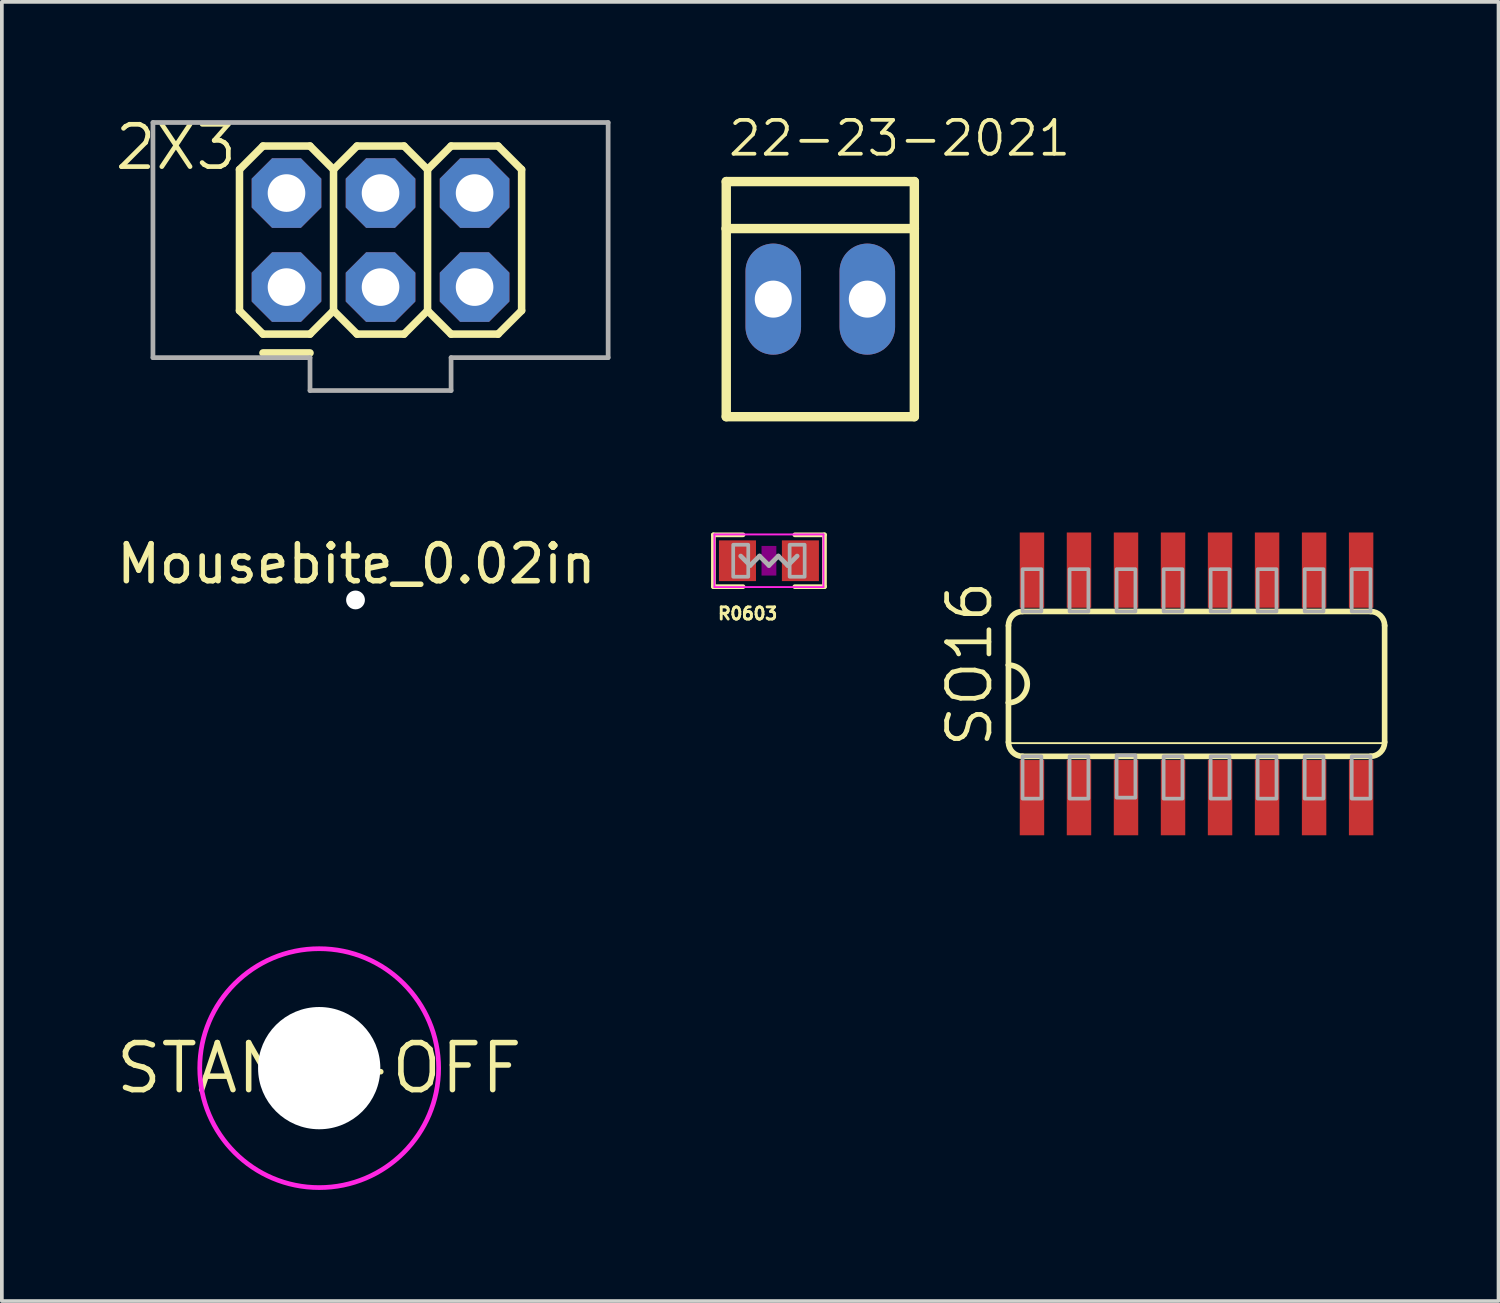
<source format=kicad_pcb>
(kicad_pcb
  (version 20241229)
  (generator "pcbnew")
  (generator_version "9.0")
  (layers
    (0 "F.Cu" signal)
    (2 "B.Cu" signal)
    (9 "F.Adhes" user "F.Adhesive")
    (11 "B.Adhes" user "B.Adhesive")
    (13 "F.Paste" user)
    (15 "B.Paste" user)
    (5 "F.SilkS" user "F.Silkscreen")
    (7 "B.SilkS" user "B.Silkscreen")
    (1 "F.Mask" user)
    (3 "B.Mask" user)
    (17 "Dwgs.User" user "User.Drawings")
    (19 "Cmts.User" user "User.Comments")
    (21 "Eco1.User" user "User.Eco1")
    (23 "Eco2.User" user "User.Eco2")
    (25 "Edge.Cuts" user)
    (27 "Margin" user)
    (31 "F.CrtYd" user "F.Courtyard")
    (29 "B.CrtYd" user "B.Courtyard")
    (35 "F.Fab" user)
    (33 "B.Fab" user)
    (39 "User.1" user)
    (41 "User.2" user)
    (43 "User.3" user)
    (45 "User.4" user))
  (footprint "STAND-OFF"
    (layer "F.Cu")
    (at 5.571 25.799)
    (property "Reference" "STAND-OFF" (at 0 0 0) (layer "F.SilkS") (effects (font (size 1.27 1.27) (thickness 0.15))))
    (fp_circle (center 0 0) (end 3.226 0) (stroke (width 0.127) (type solid)) (fill no) (layer "F.CrtYd"))
    (pad "" np_thru_hole circle (at 0 0) (size 3.302 3.302) (drill 3.302) (layers "*.Cu" "*.Mask")))
  (footprint "R0603"
    (layer "F.Cu")
    (at 17.718 12.095)
    (property "Reference" "R0603" (at -1.418 1.427 0) (layer "F.SilkS") (effects (font (size 0.329 0.329) (thickness 0.078)) (justify left)))
    (fp_line (start -1.5 -0.7) (end -1.5 0.7) (stroke (width 0.127) (type solid)) (layer "F.SilkS"))
    (fp_line (start -1.5 0.7) (end -0.7 0.7) (stroke (width 0.127) (type solid)) (layer "F.SilkS"))
    (fp_line (start -0.7 -0.7) (end -1.5 -0.7) (stroke (width 0.127) (type solid)) (layer "F.SilkS"))
    (fp_line (start 0.7 -0.7) (end 1.5 -0.7) (stroke (width 0.127) (type solid)) (layer "F.SilkS"))
    (fp_line (start 1.5 -0.7) (end 1.5 0.7) (stroke (width 0.127) (type solid)) (layer "F.SilkS"))
    (fp_line (start 1.5 0.7) (end 0.7 0.7) (stroke (width 0.127) (type solid)) (layer "F.SilkS"))
    (fp_poly (pts (xy -0.2 0.4) (xy 0.2 0.4) (xy 0.2 -0.4) (xy -0.2 -0.4)) (stroke (width 0) (type solid)) (fill yes) (layer "F.Adhes"))
    (fp_line (start -1.473 -0.711) (end 1.473 -0.711) (stroke (width 0.051) (type solid)) (layer "F.CrtYd"))
    (fp_line (start -1.473 0.711) (end -1.473 -0.711) (stroke (width 0.051) (type solid)) (layer "F.CrtYd"))
    (fp_line (start 1.473 -0.711) (end 1.473 0.711) (stroke (width 0.051) (type solid)) (layer "F.CrtYd"))
    (fp_line (start 1.473 0.711) (end -1.473 0.711) (stroke (width 0.051) (type solid)) (layer "F.CrtYd"))
    (fp_line (start -0.508 0.127) (end -0.762 -0.127) (stroke (width 0.127) (type solid)) (layer "F.Fab"))
    (fp_line (start -0.508 0.127) (end -0.254 -0.127) (stroke (width 0.127) (type solid)) (layer "F.Fab"))
    (fp_line (start -0.254 -0.127) (end 0 0.127) (stroke (width 0.127) (type solid)) (layer "F.Fab"))
    (fp_line (start 0 0.127) (end 0.254 -0.127) (stroke (width 0.127) (type solid)) (layer "F.Fab"))
    (fp_line (start 0.254 -0.127) (end 0.508 0.127) (stroke (width 0.127) (type solid)) (layer "F.Fab"))
    (fp_line (start 0.508 0.127) (end 0.762 -0.127) (stroke (width 0.127) (type solid)) (layer "F.Fab"))
    (fp_poly (pts (xy -0.965 0.432) (xy -0.559 0.432) (xy -0.559 -0.432) (xy -0.965 -0.432)) (stroke (width 0.1) (type solid)) (fill no) (layer "F.Fab"))
    (fp_poly (pts (xy 0.559 0.432) (xy 0.965 0.432) (xy 0.965 -0.432) (xy 0.559 -0.432)) (stroke (width 0.1) (type solid)) (fill no) (layer "F.Fab"))
    (pad "1" smd rect (at -0.85 0) (size 1 1.1) (layers "F.Cu" "F.Mask" "F.Paste"))
    (pad "2" smd rect (at 0.85 0) (size 1 1.1) (layers "F.Cu" "F.Mask" "F.Paste")))
  (footprint "2X3"
    (layer "F.Cu")
    (at 7.228 4.704)
    (property "Reference" "2X3" (at -3.81 -4.445 0) (layer "F.SilkS") (effects (font (size 1.143 1.143) (thickness 0.127)) (justify right top)))
    (fp_line (start -3.81 -3.175) (end -3.175 -3.81) (stroke (width 0.203) (type solid)) (layer "F.SilkS"))
    (fp_line (start -3.81 0.635) (end -3.81 -3.175) (stroke (width 0.203) (type solid)) (layer "F.SilkS"))
    (fp_line (start -3.81 0.635) (end -3.175 1.27) (stroke (width 0.203) (type solid)) (layer "F.SilkS"))
    (fp_line (start -3.175 -3.81) (end -1.905 -3.81) (stroke (width 0.203) (type solid)) (layer "F.SilkS"))
    (fp_line (start -3.175 1.27) (end -1.905 1.27) (stroke (width 0.203) (type solid)) (layer "F.SilkS"))
    (fp_line (start -1.905 -3.81) (end -1.27 -3.175) (stroke (width 0.203) (type solid)) (layer "F.SilkS"))
    (fp_line (start -1.905 1.27) (end -1.27 0.635) (stroke (width 0.203) (type solid)) (layer "F.SilkS"))
    (fp_line (start -1.905 1.778) (end -3.175 1.778) (stroke (width 0.203) (type solid)) (layer "F.SilkS"))
    (fp_line (start -1.27 -3.175) (end -1.27 0.635) (stroke (width 0.203) (type solid)) (layer "F.SilkS"))
    (fp_line (start -1.27 -3.175) (end -0.635 -3.81) (stroke (width 0.203) (type solid)) (layer "F.SilkS"))
    (fp_line (start -1.27 0.635) (end -0.635 1.27) (stroke (width 0.203) (type solid)) (layer "F.SilkS"))
    (fp_line (start -0.635 -3.81) (end 0.635 -3.81) (stroke (width 0.203) (type solid)) (layer "F.SilkS"))
    (fp_line (start -0.635 1.27) (end 0.635 1.27) (stroke (width 0.203) (type solid)) (layer "F.SilkS"))
    (fp_line (start 0.635 -3.81) (end 1.27 -3.175) (stroke (width 0.203) (type solid)) (layer "F.SilkS"))
    (fp_line (start 0.635 1.27) (end 1.27 0.635) (stroke (width 0.203) (type solid)) (layer "F.SilkS"))
    (fp_line (start 1.27 -3.175) (end 1.27 0.635) (stroke (width 0.203) (type solid)) (layer "F.SilkS"))
    (fp_line (start 1.27 -3.175) (end 1.905 -3.81) (stroke (width 0.203) (type solid)) (layer "F.SilkS"))
    (fp_line (start 1.27 0.635) (end 1.905 1.27) (stroke (width 0.203) (type solid)) (layer "F.SilkS"))
    (fp_line (start 1.905 -3.81) (end 3.175 -3.81) (stroke (width 0.203) (type solid)) (layer "F.SilkS"))
    (fp_line (start 1.905 1.27) (end 3.175 1.27) (stroke (width 0.203) (type solid)) (layer "F.SilkS"))
    (fp_line (start 3.175 -3.81) (end 3.81 -3.175) (stroke (width 0.203) (type solid)) (layer "F.SilkS"))
    (fp_line (start 3.175 1.27) (end 3.81 0.635) (stroke (width 0.203) (type solid)) (layer "F.SilkS"))
    (fp_line (start 3.81 -3.175) (end 3.81 0.635) (stroke (width 0.203) (type solid)) (layer "F.SilkS"))
    (fp_line (start -6.147 -4.445) (end 6.147 -4.445) (stroke (width 0.127) (type solid)) (layer "F.Fab"))
    (fp_line (start -6.147 1.905) (end -6.147 -4.445) (stroke (width 0.127) (type solid)) (layer "F.Fab"))
    (fp_line (start -1.905 1.905) (end -6.147 1.905) (stroke (width 0.127) (type solid)) (layer "F.Fab"))
    (fp_line (start -1.905 1.905) (end -1.905 2.794) (stroke (width 0.127) (type solid)) (layer "F.Fab"))
    (fp_line (start -1.905 2.794) (end 1.905 2.794) (stroke (width 0.127) (type solid)) (layer "F.Fab"))
    (fp_line (start 1.905 2.794) (end 1.905 1.905) (stroke (width 0.127) (type solid)) (layer "F.Fab"))
    (fp_line (start 6.147 -4.445) (end 6.147 1.905) (stroke (width 0.127) (type solid)) (layer "F.Fab"))
    (fp_line (start 6.147 1.905) (end 1.905 1.905) (stroke (width 0.127) (type solid)) (layer "F.Fab"))
    (fp_poly (pts (xy -2.794 -2.286) (xy -2.286 -2.286) (xy -2.286 -2.794) (xy -2.794 -2.794)) (stroke (width 0.1) (type solid)) (fill no) (layer "F.Fab"))
    (fp_poly (pts (xy -2.794 0.254) (xy -2.286 0.254) (xy -2.286 -0.254) (xy -2.794 -0.254)) (stroke (width 0.1) (type solid)) (fill no) (layer "F.Fab"))
    (fp_poly (pts (xy -0.254 -2.286) (xy 0.254 -2.286) (xy 0.254 -2.794) (xy -0.254 -2.794)) (stroke (width 0.1) (type solid)) (fill no) (layer "F.Fab"))
    (fp_poly (pts (xy -0.254 0.254) (xy 0.254 0.254) (xy 0.254 -0.254) (xy -0.254 -0.254)) (stroke (width 0.1) (type solid)) (fill no) (layer "F.Fab"))
    (fp_poly (pts (xy 2.286 -2.286) (xy 2.794 -2.286) (xy 2.794 -2.794) (xy 2.286 -2.794)) (stroke (width 0.1) (type solid)) (fill no) (layer "F.Fab"))
    (fp_poly (pts (xy 2.286 0.254) (xy 2.794 0.254) (xy 2.794 -0.254) (xy 2.286 -0.254)) (stroke (width 0.1) (type solid)) (fill no) (layer "F.Fab"))
    (pad "1" thru_hole roundrect (at -2.54 0) (size 1.88 1.88) (drill 1.016) (layers "*.Cu" "*.Mask") (roundrect_rratio 0.25) (chamfer_ratio 0.293) (chamfer top_left top_right bottom_left bottom_right))
    (pad "2" thru_hole roundrect (at -2.54 -2.54) (size 1.88 1.88) (drill 1.016) (layers "*.Cu" "*.Mask") (roundrect_rratio 0.25) (chamfer_ratio 0.293) (chamfer top_left top_right bottom_left bottom_right))
    (pad "3" thru_hole roundrect (at 0 0) (size 1.88 1.88) (drill 1.016) (layers "*.Cu" "*.Mask") (roundrect_rratio 0.25) (chamfer_ratio 0.293) (chamfer top_left top_right bottom_left bottom_right))
    (pad "4" thru_hole roundrect (at 0 -2.54) (size 1.88 1.88) (drill 1.016) (layers "*.Cu" "*.Mask") (roundrect_rratio 0.25) (chamfer_ratio 0.293) (chamfer top_left top_right bottom_left bottom_right))
    (pad "5" thru_hole roundrect (at 2.54 0) (size 1.88 1.88) (drill 1.016) (layers "*.Cu" "*.Mask") (roundrect_rratio 0.25) (chamfer_ratio 0.293) (chamfer top_left top_right bottom_left bottom_right))
    (pad "6" thru_hole roundrect (at 2.54 -2.54) (size 1.88 1.88) (drill 1.016) (layers "*.Cu" "*.Mask") (roundrect_rratio 0.25) (chamfer_ratio 0.293) (chamfer top_left top_right bottom_left bottom_right)))
  (footprint "22-23-2021"
    (layer "F.Cu")
    (at 19.105 5.029)
    (property "Reference" "22-23-2021" (at -2.54 -3.81 0) (layer "F.SilkS") (effects (font (size 0.914 0.914) (thickness 0.102)) (justify left bottom)))
    (fp_line (start -2.54 -3.175) (end 2.54 -3.175) (stroke (width 0.254) (type solid)) (layer "F.SilkS"))
    (fp_line (start -2.54 -1.905) (end -2.54 -3.175) (stroke (width 0.254) (type solid)) (layer "F.SilkS"))
    (fp_line (start -2.54 -1.905) (end 2.54 -1.905) (stroke (width 0.254) (type solid)) (layer "F.SilkS"))
    (fp_line (start -2.54 3.175) (end -2.54 -1.905) (stroke (width 0.254) (type solid)) (layer "F.SilkS"))
    (fp_line (start 2.54 -3.175) (end 2.54 -1.905) (stroke (width 0.254) (type solid)) (layer "F.SilkS"))
    (fp_line (start 2.54 -1.905) (end 2.54 3.175) (stroke (width 0.254) (type solid)) (layer "F.SilkS"))
    (fp_line (start 2.54 3.175) (end -2.54 3.175) (stroke (width 0.254) (type solid)) (layer "F.SilkS"))
    (pad "1" thru_hole oval (at -1.27 0 90) (size 3 1.5) (drill 1) (layers "*.Cu" "*.Mask"))
    (pad "2" thru_hole oval (at 1.27 0 90) (size 3 1.5) (drill 1) (layers "*.Cu" "*.Mask")))
  (footprint "SO16"
    (layer "F.Cu")
    (at 29.267 15.421)
    (property "Reference" "SO16" (at -5.461 1.778 90) (layer "F.SilkS") (effects (font (size 1.143 1.143) (thickness 0.127)) (justify left bottom)))
    (fp_line (start -5.08 -1.575) (end -5.08 -0.508) (stroke (width 0.152) (type solid)) (layer "F.SilkS"))
    (fp_line (start -5.08 -0.508) (end -5.08 0.508) (stroke (width 0.152) (type solid)) (layer "F.SilkS"))
    (fp_line (start -5.08 0.508) (end -5.08 1.575) (stroke (width 0.152) (type solid)) (layer "F.SilkS"))
    (fp_line (start -5.08 1.6) (end 5.08 1.6) (stroke (width 0.051) (type solid)) (layer "F.SilkS"))
    (fp_line (start -4.699 1.956) (end 4.699 1.956) (stroke (width 0.152) (type solid)) (layer "F.SilkS"))
    (fp_line (start 4.699 -1.956) (end -4.699 -1.956) (stroke (width 0.152) (type solid)) (layer "F.SilkS"))
    (fp_line (start 5.08 1.575) (end 5.08 -1.575) (stroke (width 0.152) (type solid)) (layer "F.SilkS"))
    (fp_arc (start -5.08 -1.5748) (mid -4.968408 -1.844208) (end -4.699 -1.9558) (stroke (width 0.1524) (type solid)) (layer "F.SilkS"))
    (fp_arc (start -5.08 -0.508) (mid -4.572 0) (end -5.08 0.508) (stroke (width 0.1524) (type solid)) (layer "F.SilkS"))
    (fp_arc (start -4.699 1.9558) (mid -4.968408 1.844208) (end -5.08 1.5748) (stroke (width 0.1524) (type solid)) (layer "F.SilkS"))
    (fp_arc (start 4.699 -1.9558) (mid 4.968408 -1.844208) (end 5.08 -1.5748) (stroke (width 0.1524) (type solid)) (layer "F.SilkS"))
    (fp_arc (start 5.08 1.5748) (mid 4.968408 1.844208) (end 4.699 1.9558) (stroke (width 0.1524) (type solid)) (layer "F.SilkS"))
    (fp_poly (pts (xy -4.699 -1.956) (xy -4.191 -1.956) (xy -4.191 -3.099) (xy -4.699 -3.099)) (stroke (width 0.1) (type solid)) (fill no) (layer "F.Fab"))
    (fp_poly (pts (xy -4.699 3.099) (xy -4.191 3.099) (xy -4.191 1.956) (xy -4.699 1.956)) (stroke (width 0.1) (type solid)) (fill no) (layer "F.Fab"))
    (fp_poly (pts (xy -3.429 -1.956) (xy -2.921 -1.956) (xy -2.921 -3.099) (xy -3.429 -3.099)) (stroke (width 0.1) (type solid)) (fill no) (layer "F.Fab"))
    (fp_poly (pts (xy -3.429 3.099) (xy -2.921 3.099) (xy -2.921 1.956) (xy -3.429 1.956)) (stroke (width 0.1) (type solid)) (fill no) (layer "F.Fab"))
    (fp_poly (pts (xy -2.159 -1.956) (xy -1.651 -1.956) (xy -1.651 -3.099) (xy -2.159 -3.099)) (stroke (width 0.1) (type solid)) (fill no) (layer "F.Fab"))
    (fp_poly (pts (xy -2.159 3.073) (xy -1.651 3.073) (xy -1.651 1.93) (xy -2.159 1.93)) (stroke (width 0.1) (type solid)) (fill no) (layer "F.Fab"))
    (fp_poly (pts (xy -0.889 -1.956) (xy -0.381 -1.956) (xy -0.381 -3.099) (xy -0.889 -3.099)) (stroke (width 0.1) (type solid)) (fill no) (layer "F.Fab"))
    (fp_poly (pts (xy -0.889 3.099) (xy -0.381 3.099) (xy -0.381 1.956) (xy -0.889 1.956)) (stroke (width 0.1) (type solid)) (fill no) (layer "F.Fab"))
    (fp_poly (pts (xy 0.381 -1.956) (xy 0.889 -1.956) (xy 0.889 -3.099) (xy 0.381 -3.099)) (stroke (width 0.1) (type solid)) (fill no) (layer "F.Fab"))
    (fp_poly (pts (xy 0.381 3.099) (xy 0.889 3.099) (xy 0.889 1.956) (xy 0.381 1.956)) (stroke (width 0.1) (type solid)) (fill no) (layer "F.Fab"))
    (fp_poly (pts (xy 1.651 -1.956) (xy 2.159 -1.956) (xy 2.159 -3.099) (xy 1.651 -3.099)) (stroke (width 0.1) (type solid)) (fill no) (layer "F.Fab"))
    (fp_poly (pts (xy 1.651 3.099) (xy 2.159 3.099) (xy 2.159 1.956) (xy 1.651 1.956)) (stroke (width 0.1) (type solid)) (fill no) (layer "F.Fab"))
    (fp_poly (pts (xy 2.921 -1.956) (xy 3.429 -1.956) (xy 3.429 -3.099) (xy 2.921 -3.099)) (stroke (width 0.1) (type solid)) (fill no) (layer "F.Fab"))
    (fp_poly (pts (xy 2.921 3.099) (xy 3.429 3.099) (xy 3.429 1.956) (xy 2.921 1.956)) (stroke (width 0.1) (type solid)) (fill no) (layer "F.Fab"))
    (fp_poly (pts (xy 4.191 -1.956) (xy 4.699 -1.956) (xy 4.699 -3.099) (xy 4.191 -3.099)) (stroke (width 0.1) (type solid)) (fill no) (layer "F.Fab"))
    (fp_poly (pts (xy 4.191 3.099) (xy 4.699 3.099) (xy 4.699 1.956) (xy 4.191 1.956)) (stroke (width 0.1) (type solid)) (fill no) (layer "F.Fab"))
    (pad "1" smd rect (at -4.445 3.073) (size 0.66 2.032) (layers "F.Cu" "F.Mask" "F.Paste"))
    (pad "2" smd rect (at -3.175 3.073) (size 0.66 2.032) (layers "F.Cu" "F.Mask" "F.Paste"))
    (pad "3" smd rect (at -1.905 3.073) (size 0.66 2.032) (layers "F.Cu" "F.Mask" "F.Paste"))
    (pad "4" smd rect (at -0.635 3.073) (size 0.66 2.032) (layers "F.Cu" "F.Mask" "F.Paste"))
    (pad "5" smd rect (at 0.635 3.073) (size 0.66 2.032) (layers "F.Cu" "F.Mask" "F.Paste"))
    (pad "6" smd rect (at 1.905 3.073) (size 0.66 2.032) (layers "F.Cu" "F.Mask" "F.Paste"))
    (pad "7" smd rect (at 3.175 3.073) (size 0.66 2.032) (layers "F.Cu" "F.Mask" "F.Paste"))
    (pad "8" smd rect (at 4.445 3.073) (size 0.66 2.032) (layers "F.Cu" "F.Mask" "F.Paste"))
    (pad "9" smd rect (at 4.445 -3.073) (size 0.66 2.032) (layers "F.Cu" "F.Mask" "F.Paste"))
    (pad "10" smd rect (at 3.175 -3.073) (size 0.66 2.032) (layers "F.Cu" "F.Mask" "F.Paste"))
    (pad "11" smd rect (at 1.905 -3.073) (size 0.66 2.032) (layers "F.Cu" "F.Mask" "F.Paste"))
    (pad "12" smd rect (at 0.635 -3.073) (size 0.66 2.032) (layers "F.Cu" "F.Mask" "F.Paste"))
    (pad "13" smd rect (at -0.635 -3.073) (size 0.66 2.032) (layers "F.Cu" "F.Mask" "F.Paste"))
    (pad "14" smd rect (at -1.905 -3.073) (size 0.66 2.032) (layers "F.Cu" "F.Mask" "F.Paste"))
    (pad "15" smd rect (at -3.175 -3.073) (size 0.66 2.032) (layers "F.Cu" "F.Mask" "F.Paste"))
    (pad "16" smd rect (at -4.445 -3.073) (size 0.66 2.032) (layers "F.Cu" "F.Mask" "F.Paste")))
  (footprint "Mousebite_0.02in"
    (layer "F.Cu")
    (at 6.552 13.154)
    (property "Reference" "Mousebite_0.02in" (at 0.025 -0.975 0) (unlocked yes) (layer "F.SilkS") (effects (font (size 1 1) (thickness 0.15))))
    (attr through_hole)
    (pad "" np_thru_hole circle (at 0 0) (size 0.508 0.508) (drill 0.508) (layers "*.Cu" "*.Mask")))
  (gr_rect
    (start -3 -3)
    (end 37.423 32.089)
    (stroke (width 0.1) (type default))
    (fill no)
    (layer "Edge.Cuts")))
</source>
